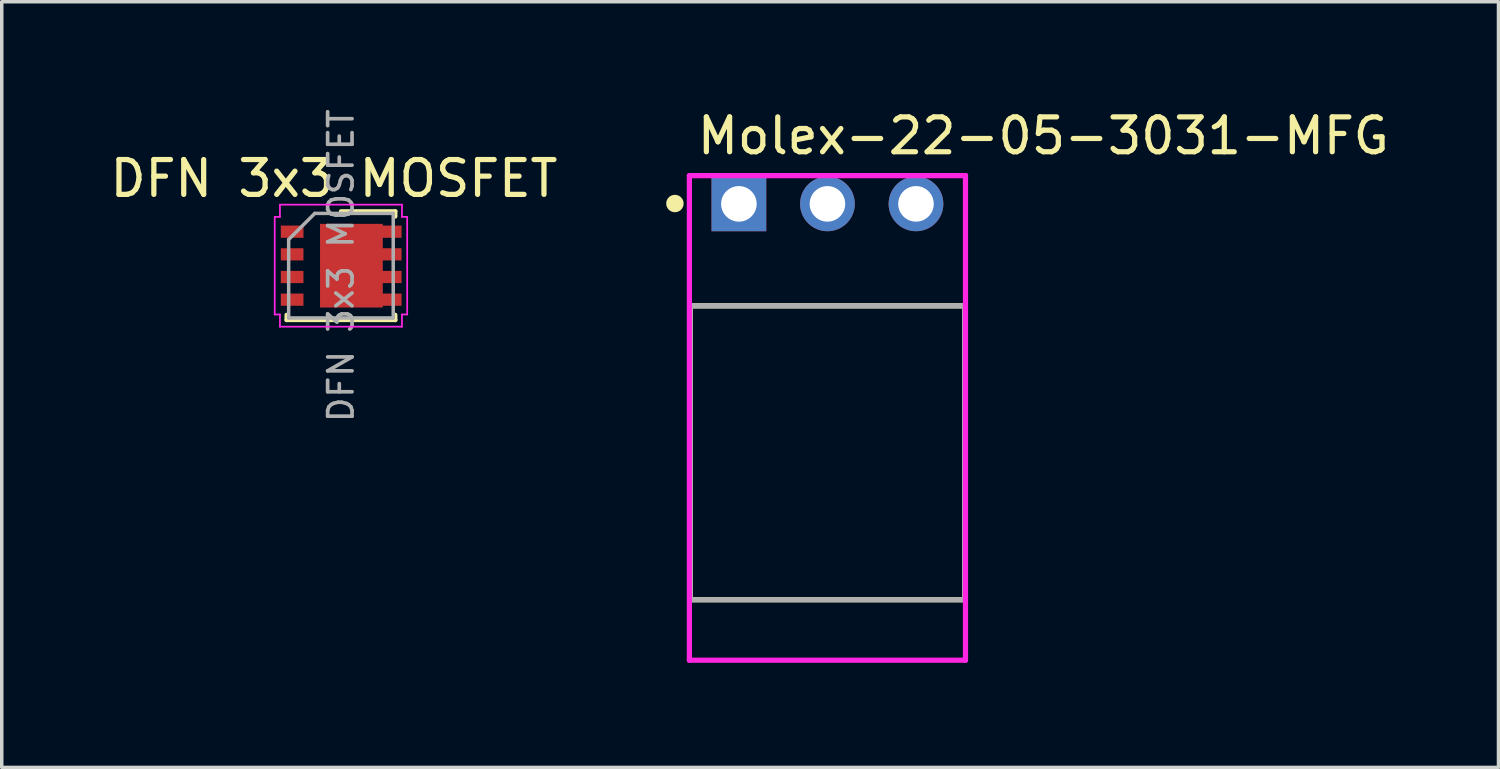
<source format=kicad_pcb>
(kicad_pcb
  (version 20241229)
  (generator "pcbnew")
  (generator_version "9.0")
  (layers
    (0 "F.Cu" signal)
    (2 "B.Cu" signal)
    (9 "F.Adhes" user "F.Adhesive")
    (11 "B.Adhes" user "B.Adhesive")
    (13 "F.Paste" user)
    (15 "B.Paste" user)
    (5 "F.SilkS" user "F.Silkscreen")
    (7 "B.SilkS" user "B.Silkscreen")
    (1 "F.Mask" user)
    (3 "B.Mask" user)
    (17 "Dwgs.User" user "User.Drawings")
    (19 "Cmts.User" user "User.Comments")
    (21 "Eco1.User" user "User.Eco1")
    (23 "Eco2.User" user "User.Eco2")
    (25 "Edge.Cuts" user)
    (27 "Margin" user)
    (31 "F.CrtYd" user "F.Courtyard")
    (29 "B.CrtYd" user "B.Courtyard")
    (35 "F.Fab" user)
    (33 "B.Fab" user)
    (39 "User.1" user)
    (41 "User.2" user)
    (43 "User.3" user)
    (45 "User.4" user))
  (footprint "DFN 3x3 MOSFET"
    (layer "F.Cu")
    (at 6.73 4.571)
    (property "Reference" "DFN 3x3 MOSFET" (at -0.2 -2.5 0) (unlocked yes) (layer "F.SilkS") (effects (font (size 1 1) (thickness 0.15))))
    (attr smd)
    (fp_line (start -1.56 1.56) (end -1.56 1.41) (stroke (width 0.12) (type solid)) (layer "F.SilkS"))
    (fp_line (start -1.56 1.56) (end 1.56 1.56) (stroke (width 0.12) (type solid)) (layer "F.SilkS"))
    (fp_line (start 0 -1.56) (end 1.56 -1.56) (stroke (width 0.12) (type solid)) (layer "F.SilkS"))
    (fp_line (start 1.56 -1.56) (end 1.56 -1.41) (stroke (width 0.12) (type solid)) (layer "F.SilkS"))
    (fp_line (start 1.56 1.56) (end 1.56 1.41) (stroke (width 0.12) (type solid)) (layer "F.SilkS"))
    (fp_line (start -1.9 -1.4) (end -1.9 1.4) (stroke (width 0.05) (type solid)) (layer "F.CrtYd"))
    (fp_line (start -1.75 -1.75) (end -1.75 -1.4) (stroke (width 0.05) (type solid)) (layer "F.CrtYd"))
    (fp_line (start -1.75 -1.75) (end 1.75 -1.75) (stroke (width 0.05) (type solid)) (layer "F.CrtYd"))
    (fp_line (start -1.75 -1.4) (end -1.9 -1.4) (stroke (width 0.05) (type default)) (layer "F.CrtYd"))
    (fp_line (start -1.75 1.4) (end -1.9 1.4) (stroke (width 0.05) (type default)) (layer "F.CrtYd"))
    (fp_line (start -1.75 1.75) (end -1.75 1.4) (stroke (width 0.05) (type solid)) (layer "F.CrtYd"))
    (fp_line (start -1.75 1.75) (end 1.75 1.75) (stroke (width 0.05) (type solid)) (layer "F.CrtYd"))
    (fp_line (start 1.75 -1.75) (end 1.75 -1.4) (stroke (width 0.05) (type solid)) (layer "F.CrtYd"))
    (fp_line (start 1.75 1.4) (end 1.9 1.4) (stroke (width 0.05) (type default)) (layer "F.CrtYd"))
    (fp_line (start 1.75 1.75) (end 1.75 1.4) (stroke (width 0.05) (type solid)) (layer "F.CrtYd"))
    (fp_line (start 1.9 -1.4) (end 1.75 -1.4) (stroke (width 0.05) (type default)) (layer "F.CrtYd"))
    (fp_line (start 1.9 -1.4) (end 1.9 1.4) (stroke (width 0.05) (type solid)) (layer "F.CrtYd"))
    (fp_line (start -1.5 -0.75) (end -0.75 -1.5) (stroke (width 0.1) (type solid)) (layer "F.Fab"))
    (fp_line (start -1.5 1.5) (end -1.5 -0.75) (stroke (width 0.1) (type solid)) (layer "F.Fab"))
    (fp_line (start -0.75 -1.5) (end 1.5 -1.5) (stroke (width 0.1) (type solid)) (layer "F.Fab"))
    (fp_line (start 1.5 -1.5) (end 1.5 1.5) (stroke (width 0.1) (type solid)) (layer "F.Fab"))
    (fp_line (start 1.5 1.5) (end -1.5 1.5) (stroke (width 0.1) (type solid)) (layer "F.Fab"))
    (fp_text user "${REFERENCE}" (at 0 0 90) (layer "F.Fab") (effects (font (size 0.7 0.7) (thickness 0.105))))
    (pad "" smd rect (at -0.15 -0.6) (size 0.7 1) (layers "F.Paste"))
    (pad "" smd rect (at -0.15 0.6) (size 0.7 1) (layers "F.Paste"))
    (pad "" smd rect (at 0.75 -0.6) (size 0.7 1) (layers "F.Paste"))
    (pad "" smd rect (at 0.75 0.6) (size 0.7 1) (layers "F.Paste"))
    (pad "1" smd rect (at -1.4 -0.975) (size 0.65 0.35) (layers "F.Cu" "F.Mask" "F.Paste"))
    (pad "2" smd rect (at -1.4 -0.325) (size 0.65 0.35) (layers "F.Cu" "F.Mask" "F.Paste"))
    (pad "3" smd rect (at -1.4 0.325) (size 0.65 0.35) (layers "F.Cu" "F.Mask" "F.Paste"))
    (pad "4" smd rect (at -1.4 0.975) (size 0.65 0.35) (layers "F.Cu" "F.Mask" "F.Paste"))
    (pad "5" smd rect (at 1.4 0.975) (size 0.675 0.35) (layers "F.Cu" "F.Mask" "F.Paste"))
    (pad "6" smd rect (at 1.4 0.325) (size 0.675 0.35) (layers "F.Cu" "F.Mask" "F.Paste"))
    (pad "7" smd rect (at 1.4 -0.325) (size 0.675 0.35) (layers "F.Cu" "F.Mask" "F.Paste"))
    (pad "8" smd rect (at 0.3 0) (size 1.8 2.4) (layers "F.Cu" "F.Mask"))
    (pad "8" smd rect (at 1.4 -0.975) (size 0.675 0.35) (layers "F.Cu" "F.Mask" "F.Paste")))
  (footprint "Molex-22-05-3031-MFG"
    (layer "F.Cu")
    (at 20.685 9.938)
    (property "Reference" "Molex-22-05-3031-MFG" (at -3.81 -9.09 0) (layer "F.SilkS") (effects (font (size 1 1) (thickness 0.15)) (justify left)))
    (attr through_hole)
    (fp_line (start -3.935 -4.215) (end 3.935 -4.215) (stroke (width 0.15) (type solid)) (layer "F.SilkS"))
    (fp_line (start -3.935 4.215) (end -3.935 -4.215) (stroke (width 0.15) (type solid)) (layer "F.SilkS"))
    (fp_line (start -3.935 4.215) (end 3.935 4.215) (stroke (width 0.15) (type solid)) (layer "F.SilkS"))
    (fp_line (start 3.935 4.215) (end 3.935 -4.215) (stroke (width 0.15) (type solid)) (layer "F.SilkS"))
    (fp_circle (center -4.375 -7.15) (end -4.25 -7.15) (stroke (width 0.25) (type solid)) (fill no) (layer "F.SilkS"))
    (fp_line (start -3.96 -7.95) (end -3.96 5.95) (stroke (width 0.15) (type solid)) (layer "F.CrtYd"))
    (fp_line (start -3.96 5.95) (end 3.96 5.95) (stroke (width 0.15) (type solid)) (layer "F.CrtYd"))
    (fp_line (start 3.96 -7.95) (end -3.96 -7.95) (stroke (width 0.15) (type solid)) (layer "F.CrtYd"))
    (fp_line (start 3.96 -7.95) (end 3.96 -7.95) (stroke (width 0.15) (type solid)) (layer "F.CrtYd"))
    (fp_line (start 3.96 5.95) (end 3.96 -7.95) (stroke (width 0.15) (type solid)) (layer "F.CrtYd"))
    (fp_line (start -3.935 -4.215) (end 3.935 -4.215) (stroke (width 0.15) (type solid)) (layer "F.Fab"))
    (fp_line (start -3.935 4.215) (end -3.935 -4.215) (stroke (width 0.15) (type solid)) (layer "F.Fab"))
    (fp_line (start 3.935 -4.215) (end 3.935 4.215) (stroke (width 0.15) (type solid)) (layer "F.Fab"))
    (fp_line (start 3.935 4.215) (end -3.935 4.215) (stroke (width 0.15) (type solid)) (layer "F.Fab"))
    (pad "1" thru_hole rect (at -2.54 -7.14) (size 1.57 1.57) (drill 1.02) (layers "*.Cu" "B.Mask"))
    (pad "2" thru_hole circle (at 0 -7.14) (size 1.57 1.57) (drill 1.02) (layers "*.Cu" "B.Mask"))
    (pad "3" thru_hole circle (at 2.54 -7.14) (size 1.57 1.57) (drill 1.02) (layers "*.Cu" "B.Mask")))
  (gr_rect
    (start -3 -3)
    (end 39.934 18.963)
    (stroke (width 0.1) (type default))
    (fill no)
    (layer "Edge.Cuts")))
</source>
